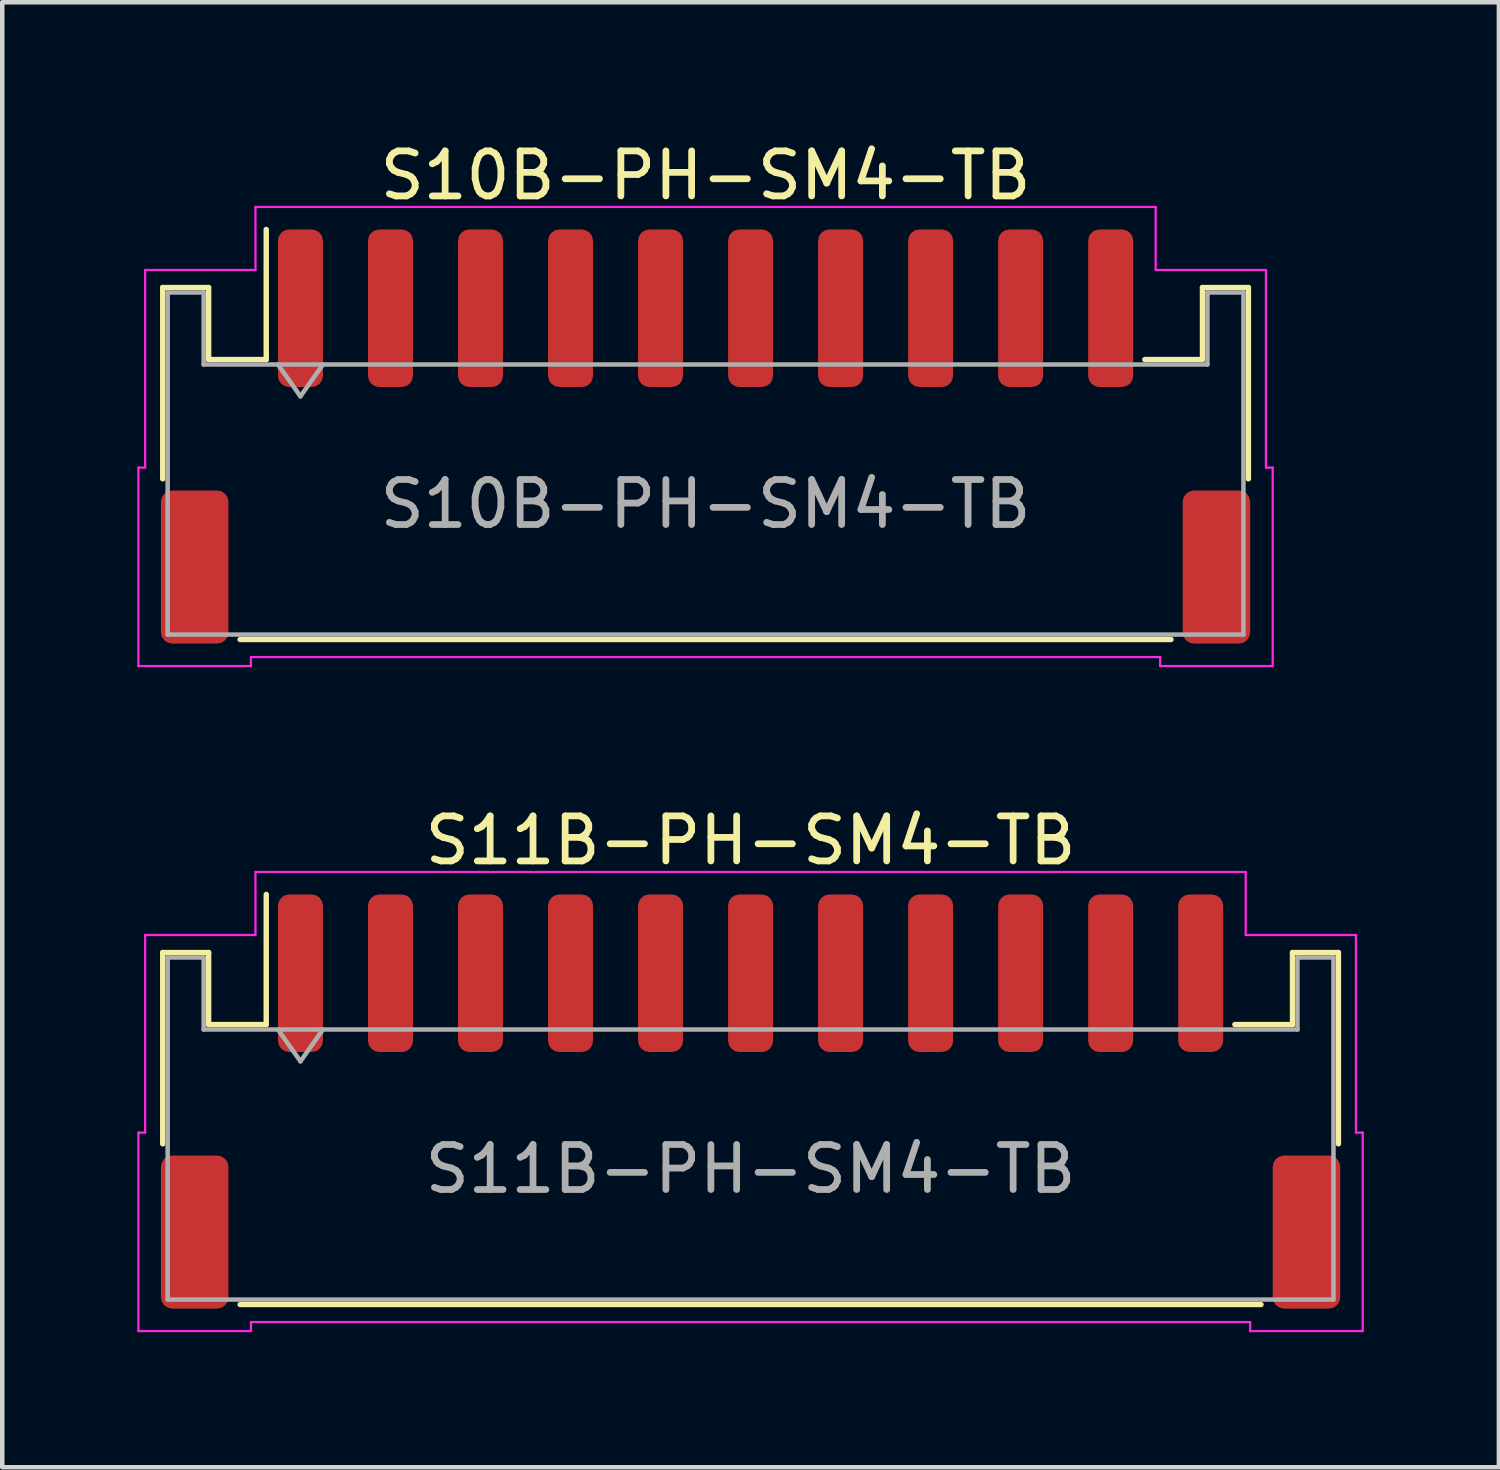
<source format=kicad_pcb>
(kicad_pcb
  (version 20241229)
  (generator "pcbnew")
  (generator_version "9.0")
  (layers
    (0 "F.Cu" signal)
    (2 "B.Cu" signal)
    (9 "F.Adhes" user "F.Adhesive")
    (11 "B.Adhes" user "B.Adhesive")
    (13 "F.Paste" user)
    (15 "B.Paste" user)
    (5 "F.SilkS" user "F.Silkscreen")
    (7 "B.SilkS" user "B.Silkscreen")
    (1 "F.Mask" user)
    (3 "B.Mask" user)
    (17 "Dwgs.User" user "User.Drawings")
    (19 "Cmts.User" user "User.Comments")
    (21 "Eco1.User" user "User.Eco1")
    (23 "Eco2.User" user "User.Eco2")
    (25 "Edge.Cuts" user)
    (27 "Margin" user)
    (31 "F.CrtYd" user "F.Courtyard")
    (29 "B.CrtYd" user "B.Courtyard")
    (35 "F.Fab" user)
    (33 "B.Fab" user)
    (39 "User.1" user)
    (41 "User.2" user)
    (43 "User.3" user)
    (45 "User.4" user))
  (footprint "S11B-PH-SM4-TB"
    (layer "F.Cu")
    (at 13.625 21.422)
    (property "Reference" "S11B-PH-SM4-TB" (at 0 -5.8 0) (layer "F.SilkS") (effects (font (size 1 1) (thickness 0.15))))
    (attr smd)
    (fp_line (start -13.06 -3.31) (end -12.04 -3.31) (stroke (width 0.12) (type solid)) (layer "F.SilkS"))
    (fp_line (start -13.06 0.94) (end -13.06 -3.31) (stroke (width 0.12) (type solid)) (layer "F.SilkS"))
    (fp_line (start -12.04 -3.31) (end -12.04 -1.71) (stroke (width 0.12) (type solid)) (layer "F.SilkS"))
    (fp_line (start -12.04 -1.71) (end -10.76 -1.71) (stroke (width 0.12) (type solid)) (layer "F.SilkS"))
    (fp_line (start -11.34 4.51) (end 11.34 4.51) (stroke (width 0.12) (type solid)) (layer "F.SilkS"))
    (fp_line (start -10.76 -1.71) (end -10.76 -4.6) (stroke (width 0.12) (type solid)) (layer "F.SilkS"))
    (fp_line (start 12.04 -3.31) (end 12.04 -1.71) (stroke (width 0.12) (type solid)) (layer "F.SilkS"))
    (fp_line (start 12.04 -1.71) (end 10.76 -1.71) (stroke (width 0.12) (type solid)) (layer "F.SilkS"))
    (fp_line (start 13.06 -3.31) (end 12.04 -3.31) (stroke (width 0.12) (type solid)) (layer "F.SilkS"))
    (fp_line (start 13.06 0.94) (end 13.06 -3.31) (stroke (width 0.12) (type solid)) (layer "F.SilkS"))
    (fp_line (start -13.6 0.69) (end -13.45 0.69) (stroke (width 0.05) (type solid)) (layer "F.CrtYd"))
    (fp_line (start -13.6 5.1) (end -13.6 0.69) (stroke (width 0.05) (type solid)) (layer "F.CrtYd"))
    (fp_line (start -13.45 -3.7) (end -11 -3.7) (stroke (width 0.05) (type solid)) (layer "F.CrtYd"))
    (fp_line (start -13.45 0.69) (end -13.45 -3.7) (stroke (width 0.05) (type solid)) (layer "F.CrtYd"))
    (fp_line (start -11.1 4.9) (end -11.1 5.1) (stroke (width 0.05) (type solid)) (layer "F.CrtYd"))
    (fp_line (start -11.1 5.1) (end -13.6 5.1) (stroke (width 0.05) (type solid)) (layer "F.CrtYd"))
    (fp_line (start -11 -5.1) (end 11 -5.1) (stroke (width 0.05) (type solid)) (layer "F.CrtYd"))
    (fp_line (start -11 -3.7) (end -11 -5.1) (stroke (width 0.05) (type solid)) (layer "F.CrtYd"))
    (fp_line (start 11 -5.1) (end 11 -3.7) (stroke (width 0.05) (type solid)) (layer "F.CrtYd"))
    (fp_line (start 11 -3.7) (end 13.45 -3.7) (stroke (width 0.05) (type solid)) (layer "F.CrtYd"))
    (fp_line (start 11.1 4.9) (end -11.1 4.9) (stroke (width 0.05) (type solid)) (layer "F.CrtYd"))
    (fp_line (start 11.1 5.1) (end 11.1 4.9) (stroke (width 0.05) (type solid)) (layer "F.CrtYd"))
    (fp_line (start 13.45 -3.7) (end 13.45 0.69) (stroke (width 0.05) (type solid)) (layer "F.CrtYd"))
    (fp_line (start 13.45 0.69) (end 13.6 0.69) (stroke (width 0.05) (type solid)) (layer "F.CrtYd"))
    (fp_line (start 13.6 0.69) (end 13.6 5.1) (stroke (width 0.05) (type solid)) (layer "F.CrtYd"))
    (fp_line (start 13.6 5.1) (end 11.1 5.1) (stroke (width 0.05) (type solid)) (layer "F.CrtYd"))
    (fp_line (start -12.95 -3.2) (end -12.95 4.4) (stroke (width 0.1) (type solid)) (layer "F.Fab"))
    (fp_line (start -12.95 -3.2) (end -12.15 -3.2) (stroke (width 0.1) (type solid)) (layer "F.Fab"))
    (fp_line (start -12.95 4.4) (end 12.95 4.4) (stroke (width 0.1) (type solid)) (layer "F.Fab"))
    (fp_line (start -12.15 -3.2) (end -12.15 -1.6) (stroke (width 0.1) (type solid)) (layer "F.Fab"))
    (fp_line (start -12.15 -1.6) (end 12.15 -1.6) (stroke (width 0.1) (type solid)) (layer "F.Fab"))
    (fp_line (start -10.5 -1.6) (end -10 -0.893) (stroke (width 0.1) (type solid)) (layer "F.Fab"))
    (fp_line (start -10 -0.893) (end -9.5 -1.6) (stroke (width 0.1) (type solid)) (layer "F.Fab"))
    (fp_line (start 12.15 -3.2) (end 12.95 -3.2) (stroke (width 0.1) (type solid)) (layer "F.Fab"))
    (fp_line (start 12.15 -1.6) (end 12.15 -3.2) (stroke (width 0.1) (type solid)) (layer "F.Fab"))
    (fp_line (start 12.95 -3.2) (end 12.95 4.4) (stroke (width 0.1) (type solid)) (layer "F.Fab"))
    (fp_text user "${REFERENCE}" (at 0 1.5 0) (layer "F.Fab") (effects (font (size 1 1) (thickness 0.15))))
    (pad "1" smd roundrect (at -10 -2.85) (size 1 3.5) (layers "F.Cu" "F.Mask" "F.Paste") (roundrect_rratio 0.25))
    (pad "2" smd roundrect (at -8 -2.85) (size 1 3.5) (layers "F.Cu" "F.Mask" "F.Paste") (roundrect_rratio 0.25))
    (pad "3" smd roundrect (at -6 -2.85) (size 1 3.5) (layers "F.Cu" "F.Mask" "F.Paste") (roundrect_rratio 0.25))
    (pad "4" smd roundrect (at -4 -2.85) (size 1 3.5) (layers "F.Cu" "F.Mask" "F.Paste") (roundrect_rratio 0.25))
    (pad "5" smd roundrect (at -2 -2.85) (size 1 3.5) (layers "F.Cu" "F.Mask" "F.Paste") (roundrect_rratio 0.25))
    (pad "6" smd roundrect (at 0 -2.85) (size 1 3.5) (layers "F.Cu" "F.Mask" "F.Paste") (roundrect_rratio 0.25))
    (pad "7" smd roundrect (at 2 -2.85) (size 1 3.5) (layers "F.Cu" "F.Mask" "F.Paste") (roundrect_rratio 0.25))
    (pad "8" smd roundrect (at 4 -2.85) (size 1 3.5) (layers "F.Cu" "F.Mask" "F.Paste") (roundrect_rratio 0.25))
    (pad "9" smd roundrect (at 6 -2.85) (size 1 3.5) (layers "F.Cu" "F.Mask" "F.Paste") (roundrect_rratio 0.25))
    (pad "10" smd roundrect (at 8 -2.85) (size 1 3.5) (layers "F.Cu" "F.Mask" "F.Paste") (roundrect_rratio 0.25))
    (pad "11" smd roundrect (at 10 -2.85) (size 1 3.5) (layers "F.Cu" "F.Mask" "F.Paste") (roundrect_rratio 0.25))
    (pad "MP" smd roundrect (at -12.35 2.9) (size 1.5 3.4) (layers "F.Cu" "F.Mask" "F.Paste") (roundrect_rratio 0.167))
    (pad "MP" smd roundrect (at 12.35 2.9) (size 1.5 3.4) (layers "F.Cu" "F.Mask" "F.Paste") (roundrect_rratio 0.167)))
  (footprint "S10B-PH-SM4-TB"
    (layer "F.Cu")
    (at 12.625 6.648)
    (property "Reference" "S10B-PH-SM4-TB" (at 0 -5.8 0) (layer "F.SilkS") (effects (font (size 1 1) (thickness 0.15))))
    (attr smd)
    (fp_line (start -12.06 -3.31) (end -11.04 -3.31) (stroke (width 0.12) (type solid)) (layer "F.SilkS"))
    (fp_line (start -12.06 0.94) (end -12.06 -3.31) (stroke (width 0.12) (type solid)) (layer "F.SilkS"))
    (fp_line (start -11.04 -3.31) (end -11.04 -1.71) (stroke (width 0.12) (type solid)) (layer "F.SilkS"))
    (fp_line (start -11.04 -1.71) (end -9.76 -1.71) (stroke (width 0.12) (type solid)) (layer "F.SilkS"))
    (fp_line (start -10.34 4.51) (end 10.34 4.51) (stroke (width 0.12) (type solid)) (layer "F.SilkS"))
    (fp_line (start -9.76 -1.71) (end -9.76 -4.6) (stroke (width 0.12) (type solid)) (layer "F.SilkS"))
    (fp_line (start 11.04 -3.31) (end 11.04 -1.71) (stroke (width 0.12) (type solid)) (layer "F.SilkS"))
    (fp_line (start 11.04 -1.71) (end 9.76 -1.71) (stroke (width 0.12) (type solid)) (layer "F.SilkS"))
    (fp_line (start 12.06 -3.31) (end 11.04 -3.31) (stroke (width 0.12) (type solid)) (layer "F.SilkS"))
    (fp_line (start 12.06 0.94) (end 12.06 -3.31) (stroke (width 0.12) (type solid)) (layer "F.SilkS"))
    (fp_line (start -12.6 0.69) (end -12.45 0.69) (stroke (width 0.05) (type solid)) (layer "F.CrtYd"))
    (fp_line (start -12.6 5.1) (end -12.6 0.69) (stroke (width 0.05) (type solid)) (layer "F.CrtYd"))
    (fp_line (start -12.45 -3.7) (end -10 -3.7) (stroke (width 0.05) (type solid)) (layer "F.CrtYd"))
    (fp_line (start -12.45 0.69) (end -12.45 -3.7) (stroke (width 0.05) (type solid)) (layer "F.CrtYd"))
    (fp_line (start -10.1 4.9) (end -10.1 5.1) (stroke (width 0.05) (type solid)) (layer "F.CrtYd"))
    (fp_line (start -10.1 5.1) (end -12.6 5.1) (stroke (width 0.05) (type solid)) (layer "F.CrtYd"))
    (fp_line (start -10 -5.1) (end 10 -5.1) (stroke (width 0.05) (type solid)) (layer "F.CrtYd"))
    (fp_line (start -10 -3.7) (end -10 -5.1) (stroke (width 0.05) (type solid)) (layer "F.CrtYd"))
    (fp_line (start 10 -5.1) (end 10 -3.7) (stroke (width 0.05) (type solid)) (layer "F.CrtYd"))
    (fp_line (start 10 -3.7) (end 12.45 -3.7) (stroke (width 0.05) (type solid)) (layer "F.CrtYd"))
    (fp_line (start 10.1 4.9) (end -10.1 4.9) (stroke (width 0.05) (type solid)) (layer "F.CrtYd"))
    (fp_line (start 10.1 5.1) (end 10.1 4.9) (stroke (width 0.05) (type solid)) (layer "F.CrtYd"))
    (fp_line (start 12.45 -3.7) (end 12.45 0.69) (stroke (width 0.05) (type solid)) (layer "F.CrtYd"))
    (fp_line (start 12.45 0.69) (end 12.6 0.69) (stroke (width 0.05) (type solid)) (layer "F.CrtYd"))
    (fp_line (start 12.6 0.69) (end 12.6 5.1) (stroke (width 0.05) (type solid)) (layer "F.CrtYd"))
    (fp_line (start 12.6 5.1) (end 10.1 5.1) (stroke (width 0.05) (type solid)) (layer "F.CrtYd"))
    (fp_line (start -11.95 -3.2) (end -11.95 4.4) (stroke (width 0.1) (type solid)) (layer "F.Fab"))
    (fp_line (start -11.95 -3.2) (end -11.15 -3.2) (stroke (width 0.1) (type solid)) (layer "F.Fab"))
    (fp_line (start -11.95 4.4) (end 11.95 4.4) (stroke (width 0.1) (type solid)) (layer "F.Fab"))
    (fp_line (start -11.15 -3.2) (end -11.15 -1.6) (stroke (width 0.1) (type solid)) (layer "F.Fab"))
    (fp_line (start -11.15 -1.6) (end 11.15 -1.6) (stroke (width 0.1) (type solid)) (layer "F.Fab"))
    (fp_line (start -9.5 -1.6) (end -9 -0.893) (stroke (width 0.1) (type solid)) (layer "F.Fab"))
    (fp_line (start -9 -0.893) (end -8.5 -1.6) (stroke (width 0.1) (type solid)) (layer "F.Fab"))
    (fp_line (start 11.15 -3.2) (end 11.95 -3.2) (stroke (width 0.1) (type solid)) (layer "F.Fab"))
    (fp_line (start 11.15 -1.6) (end 11.15 -3.2) (stroke (width 0.1) (type solid)) (layer "F.Fab"))
    (fp_line (start 11.95 -3.2) (end 11.95 4.4) (stroke (width 0.1) (type solid)) (layer "F.Fab"))
    (fp_text user "${REFERENCE}" (at 0 1.5 0) (layer "F.Fab") (effects (font (size 1 1) (thickness 0.15))))
    (pad "1" smd roundrect (at -9 -2.85) (size 1 3.5) (layers "F.Cu" "F.Mask" "F.Paste") (roundrect_rratio 0.25))
    (pad "2" smd roundrect (at -7 -2.85) (size 1 3.5) (layers "F.Cu" "F.Mask" "F.Paste") (roundrect_rratio 0.25))
    (pad "3" smd roundrect (at -5 -2.85) (size 1 3.5) (layers "F.Cu" "F.Mask" "F.Paste") (roundrect_rratio 0.25))
    (pad "4" smd roundrect (at -3 -2.85) (size 1 3.5) (layers "F.Cu" "F.Mask" "F.Paste") (roundrect_rratio 0.25))
    (pad "5" smd roundrect (at -1 -2.85) (size 1 3.5) (layers "F.Cu" "F.Mask" "F.Paste") (roundrect_rratio 0.25))
    (pad "6" smd roundrect (at 1 -2.85) (size 1 3.5) (layers "F.Cu" "F.Mask" "F.Paste") (roundrect_rratio 0.25))
    (pad "7" smd roundrect (at 3 -2.85) (size 1 3.5) (layers "F.Cu" "F.Mask" "F.Paste") (roundrect_rratio 0.25))
    (pad "8" smd roundrect (at 5 -2.85) (size 1 3.5) (layers "F.Cu" "F.Mask" "F.Paste") (roundrect_rratio 0.25))
    (pad "9" smd roundrect (at 7 -2.85) (size 1 3.5) (layers "F.Cu" "F.Mask" "F.Paste") (roundrect_rratio 0.25))
    (pad "10" smd roundrect (at 9 -2.85) (size 1 3.5) (layers "F.Cu" "F.Mask" "F.Paste") (roundrect_rratio 0.25))
    (pad "MP" smd roundrect (at -11.35 2.9) (size 1.5 3.4) (layers "F.Cu" "F.Mask" "F.Paste") (roundrect_rratio 0.167))
    (pad "MP" smd roundrect (at 11.35 2.9) (size 1.5 3.4) (layers "F.Cu" "F.Mask" "F.Paste") (roundrect_rratio 0.167)))
  (gr_rect
    (start -3 -3)
    (end 30.25 29.547)
    (stroke (width 0.1) (type default))
    (fill no)
    (layer "Edge.Cuts")))
</source>
